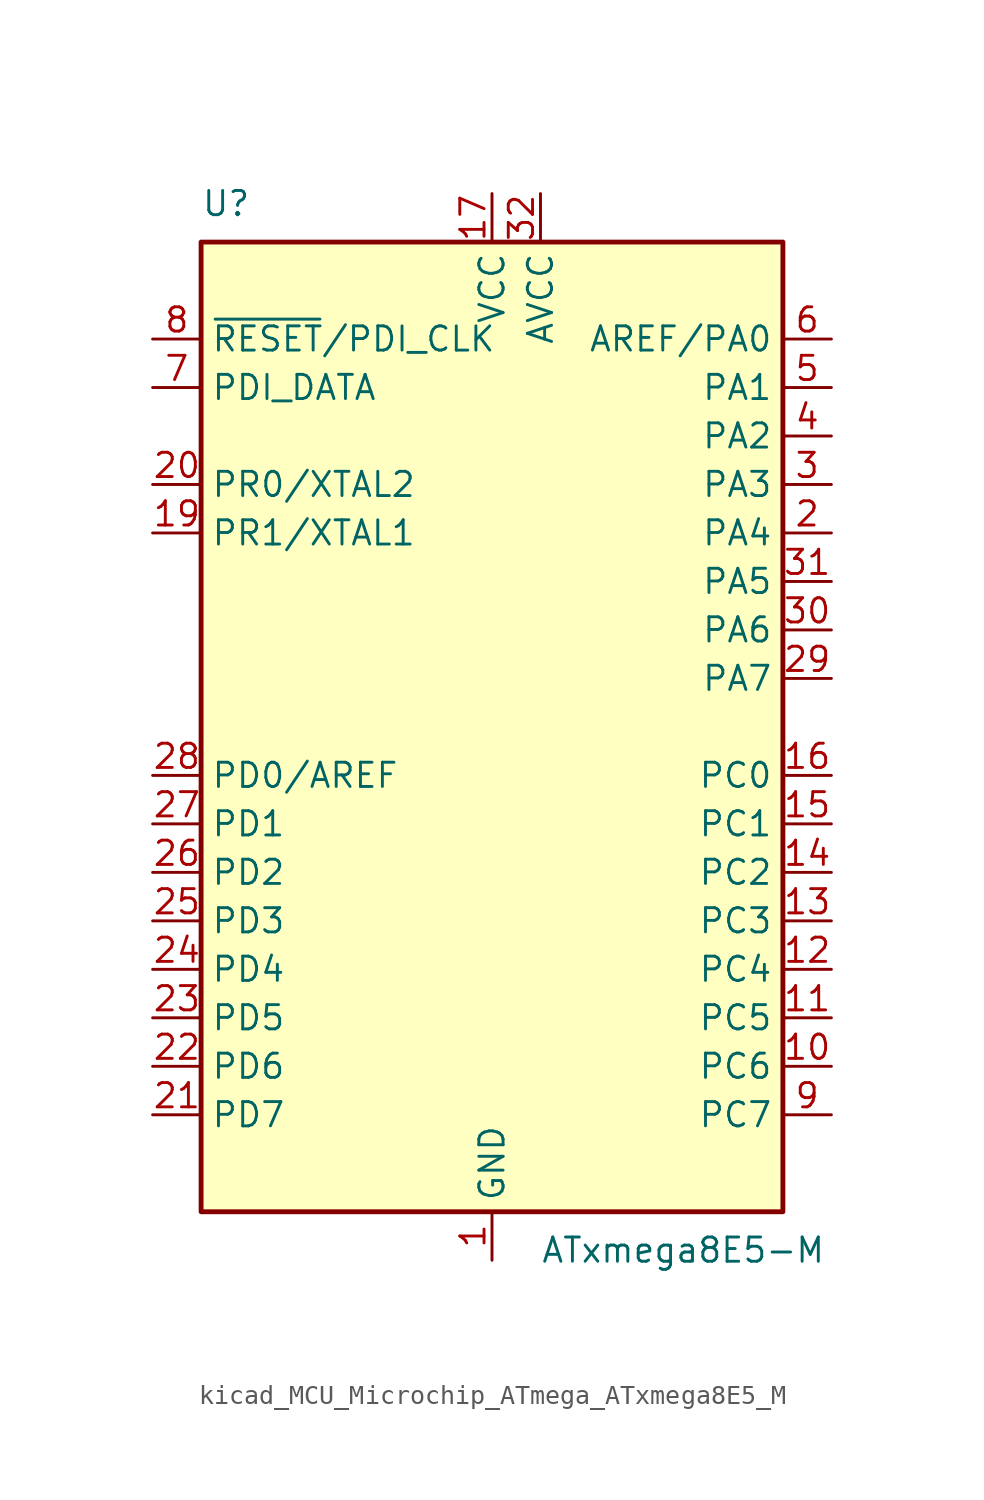
<source format=kicad_sym>
(kicad_symbol_lib
  (version 20220914)
  (generator kicad_symbol_editor)
  (symbol "kicad_MCU_Microchip_ATmega_ATxmega8E5_M"
    (property "Reference" "U"
      (at -15.24 26.67 0)
      (effects (font (size 1.27 1.27)) (justify left bottom)))
    (property "Value" "ATxmega8E5-M"
      (at 2.54 -26.67 0)
      (effects (font (size 1.27 1.27)) (justify left top)))
    (symbol "kicad_MCU_Microchip_ATmega_ATxmega8E5_M_0_1"
      (rectangle (start -15.24 -25.4) (end 15.24 25.4) (stroke (width 0.254) (type default)) (fill (type background))))
    (symbol "kicad_MCU_Microchip_ATmega_ATxmega8E5_M_1_1"
      (pin power_in line (at 0 -27.94 90) (length 2.54) (name "GND" (effects (font (size 1.27 1.27)))) (number "1" (effects (font (size 1.27 1.27)))))
      (pin bidirectional line (at 17.78 -17.78 180) (length 2.54) (name "PC6" (effects (font (size 1.27 1.27)))) (number "10" (effects (font (size 1.27 1.27)))))
      (pin bidirectional line (at 17.78 -15.24 180) (length 2.54) (name "PC5" (effects (font (size 1.27 1.27)))) (number "11" (effects (font (size 1.27 1.27)))))
      (pin bidirectional line (at 17.78 -12.7 180) (length 2.54) (name "PC4" (effects (font (size 1.27 1.27)))) (number "12" (effects (font (size 1.27 1.27)))))
      (pin bidirectional line (at 17.78 -10.16 180) (length 2.54) (name "PC3" (effects (font (size 1.27 1.27)))) (number "13" (effects (font (size 1.27 1.27)))))
      (pin bidirectional line (at 17.78 -7.62 180) (length 2.54) (name "PC2" (effects (font (size 1.27 1.27)))) (number "14" (effects (font (size 1.27 1.27)))))
      (pin bidirectional line (at 17.78 -5.08 180) (length 2.54) (name "PC1" (effects (font (size 1.27 1.27)))) (number "15" (effects (font (size 1.27 1.27)))))
      (pin bidirectional line (at 17.78 -2.54 180) (length 2.54) (name "PC0" (effects (font (size 1.27 1.27)))) (number "16" (effects (font (size 1.27 1.27)))))
      (pin power_in line (at 0 27.94 270) (length 2.54) (name "VCC" (effects (font (size 1.27 1.27)))) (number "17" (effects (font (size 1.27 1.27)))))
      (pin passive line (at 0 -27.94 90) (length 2.54) hide (name "GND" (effects (font (size 1.27 1.27)))) (number "18" (effects (font (size 1.27 1.27)))))
      (pin bidirectional line (at -17.78 10.16 0) (length 2.54) (name "PR1/XTAL1" (effects (font (size 1.27 1.27)))) (number "19" (effects (font (size 1.27 1.27)))))
      (pin bidirectional line (at 17.78 10.16 180) (length 2.54) (name "PA4" (effects (font (size 1.27 1.27)))) (number "2" (effects (font (size 1.27 1.27)))))
      (pin bidirectional line (at -17.78 12.7 0) (length 2.54) (name "PR0/XTAL2" (effects (font (size 1.27 1.27)))) (number "20" (effects (font (size 1.27 1.27)))))
      (pin bidirectional line (at -17.78 -20.32 0) (length 2.54) (name "PD7" (effects (font (size 1.27 1.27)))) (number "21" (effects (font (size 1.27 1.27)))))
      (pin bidirectional line (at -17.78 -17.78 0) (length 2.54) (name "PD6" (effects (font (size 1.27 1.27)))) (number "22" (effects (font (size 1.27 1.27)))))
      (pin bidirectional line (at -17.78 -15.24 0) (length 2.54) (name "PD5" (effects (font (size 1.27 1.27)))) (number "23" (effects (font (size 1.27 1.27)))))
      (pin bidirectional line (at -17.78 -12.7 0) (length 2.54) (name "PD4" (effects (font (size 1.27 1.27)))) (number "24" (effects (font (size 1.27 1.27)))))
      (pin bidirectional line (at -17.78 -10.16 0) (length 2.54) (name "PD3" (effects (font (size 1.27 1.27)))) (number "25" (effects (font (size 1.27 1.27)))))
      (pin bidirectional line (at -17.78 -7.62 0) (length 2.54) (name "PD2" (effects (font (size 1.27 1.27)))) (number "26" (effects (font (size 1.27 1.27)))))
      (pin bidirectional line (at -17.78 -5.08 0) (length 2.54) (name "PD1" (effects (font (size 1.27 1.27)))) (number "27" (effects (font (size 1.27 1.27)))))
      (pin bidirectional line (at -17.78 -2.54 0) (length 2.54) (name "PD0/AREF" (effects (font (size 1.27 1.27)))) (number "28" (effects (font (size 1.27 1.27)))))
      (pin bidirectional line (at 17.78 2.54 180) (length 2.54) (name "PA7" (effects (font (size 1.27 1.27)))) (number "29" (effects (font (size 1.27 1.27)))))
      (pin bidirectional line (at 17.78 12.7 180) (length 2.54) (name "PA3" (effects (font (size 1.27 1.27)))) (number "3" (effects (font (size 1.27 1.27)))))
      (pin bidirectional line (at 17.78 5.08 180) (length 2.54) (name "PA6" (effects (font (size 1.27 1.27)))) (number "30" (effects (font (size 1.27 1.27)))))
      (pin bidirectional line (at 17.78 7.62 180) (length 2.54) (name "PA5" (effects (font (size 1.27 1.27)))) (number "31" (effects (font (size 1.27 1.27)))))
      (pin power_in line (at 2.54 27.94 270) (length 2.54) (name "AVCC" (effects (font (size 1.27 1.27)))) (number "32" (effects (font (size 1.27 1.27)))))
      (pin passive line (at 0 -27.94 90) (length 2.54) hide (name "GND" (effects (font (size 1.27 1.27)))) (number "33" (effects (font (size 1.27 1.27)))))
      (pin bidirectional line (at 17.78 15.24 180) (length 2.54) (name "PA2" (effects (font (size 1.27 1.27)))) (number "4" (effects (font (size 1.27 1.27)))))
      (pin bidirectional line (at 17.78 17.78 180) (length 2.54) (name "PA1" (effects (font (size 1.27 1.27)))) (number "5" (effects (font (size 1.27 1.27)))))
      (pin bidirectional line (at 17.78 20.32 180) (length 2.54) (name "AREF/PA0" (effects (font (size 1.27 1.27)))) (number "6" (effects (font (size 1.27 1.27)))))
      (pin bidirectional line (at -17.78 17.78 0) (length 2.54) (name "PDI_DATA" (effects (font (size 1.27 1.27)))) (number "7" (effects (font (size 1.27 1.27)))))
      (pin input line (at -17.78 20.32 0) (length 2.54) (name "~{RESET}/PDI_CLK" (effects (font (size 1.27 1.27)))) (number "8" (effects (font (size 1.27 1.27)))))
      (pin bidirectional line (at 17.78 -20.32 180) (length 2.54) (name "PC7" (effects (font (size 1.27 1.27)))) (number "9" (effects (font (size 1.27 1.27))))))))
</source>
